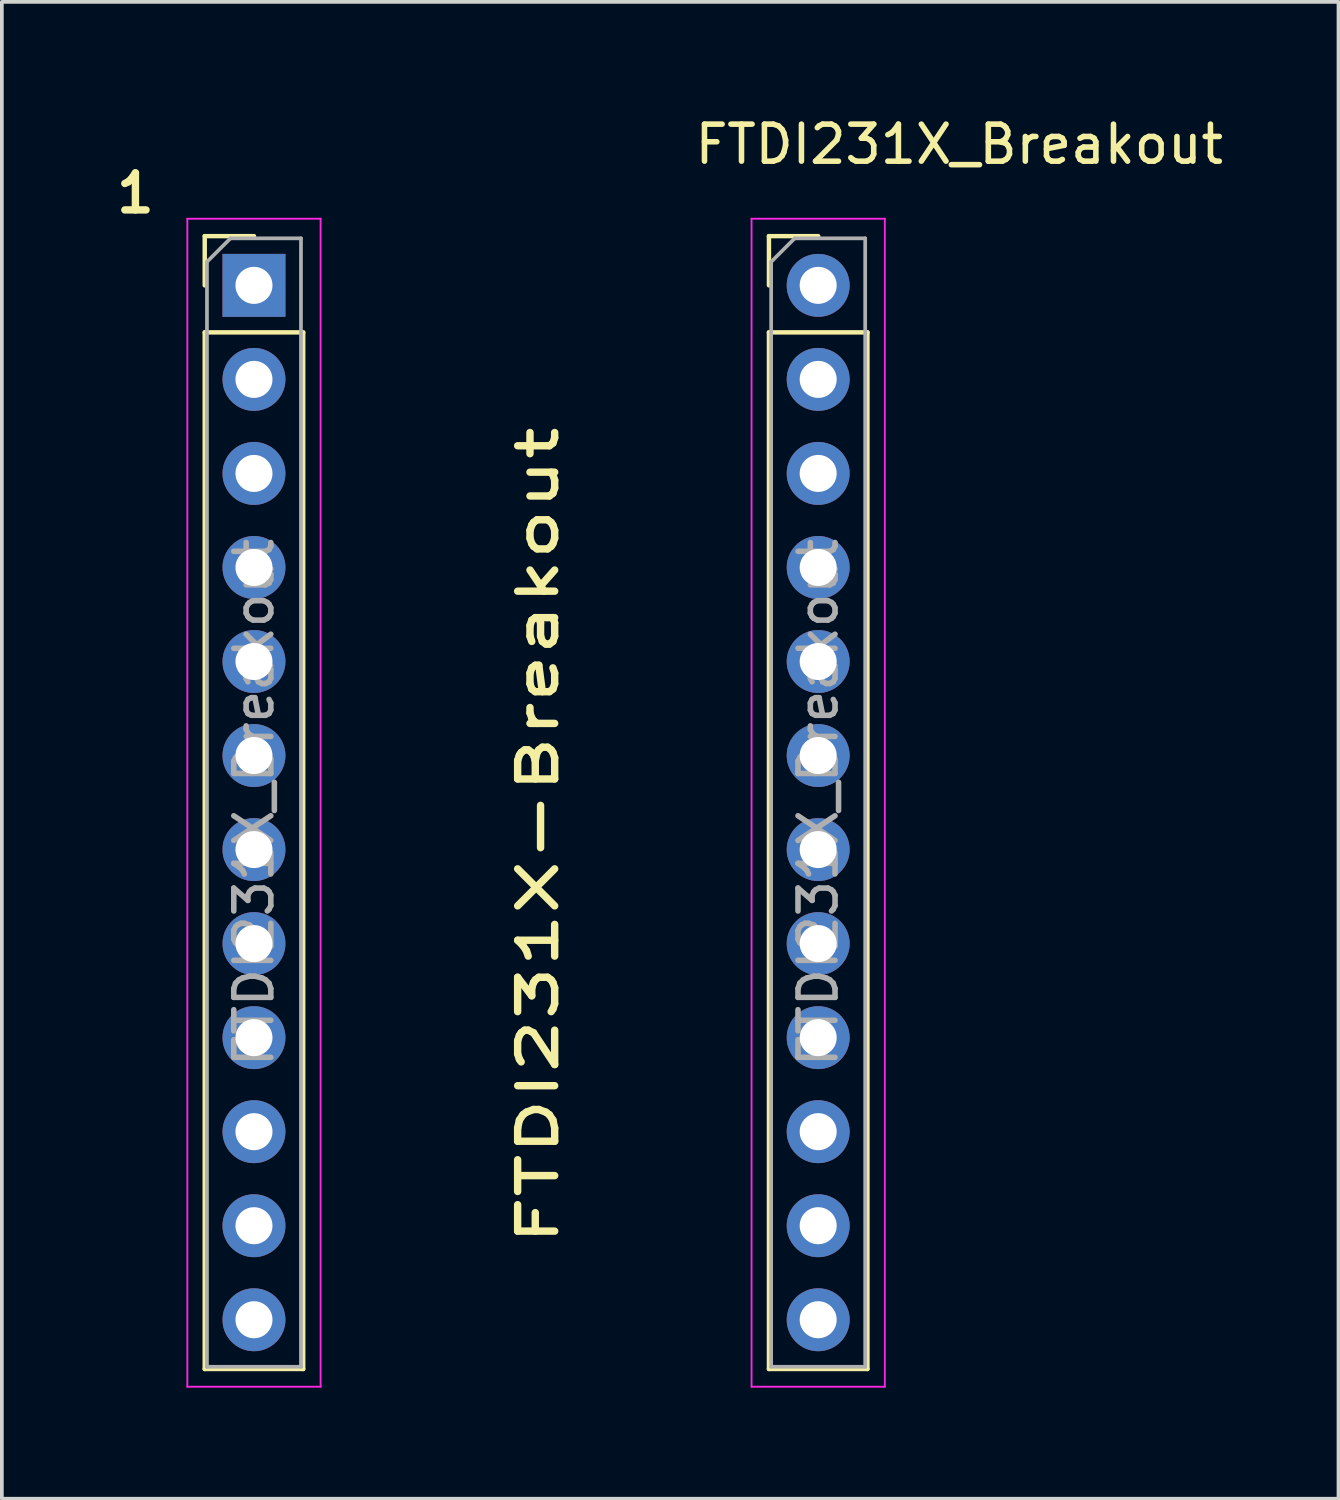
<source format=kicad_pcb>
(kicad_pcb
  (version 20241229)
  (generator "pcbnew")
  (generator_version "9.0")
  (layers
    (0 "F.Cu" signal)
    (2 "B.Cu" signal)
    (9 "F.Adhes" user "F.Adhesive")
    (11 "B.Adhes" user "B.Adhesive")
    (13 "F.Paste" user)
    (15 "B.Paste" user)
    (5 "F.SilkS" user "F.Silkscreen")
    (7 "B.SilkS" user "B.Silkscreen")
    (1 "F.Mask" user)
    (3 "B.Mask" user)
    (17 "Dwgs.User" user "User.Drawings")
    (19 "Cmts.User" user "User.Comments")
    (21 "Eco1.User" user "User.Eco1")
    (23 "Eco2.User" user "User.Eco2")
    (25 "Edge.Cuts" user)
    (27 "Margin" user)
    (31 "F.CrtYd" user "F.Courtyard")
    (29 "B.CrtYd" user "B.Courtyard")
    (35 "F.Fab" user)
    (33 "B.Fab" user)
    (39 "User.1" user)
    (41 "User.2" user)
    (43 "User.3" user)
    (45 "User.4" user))
  (footprint "FTDI231X_Breakout"
    (layer "F.Cu")
    (at 3.81 4.658)
    (property "Reference" "FTDI231X_Breakout" (at 19.05 -3.81 0) (layer "F.SilkS") (effects (font (size 1 1) (thickness 0.15))))
    (attr through_hole)
    (fp_line (start -1.33 -1.33) (end 0 -1.33) (stroke (width 0.12) (type solid)) (layer "F.SilkS"))
    (fp_line (start -1.33 0) (end -1.33 -1.33) (stroke (width 0.12) (type solid)) (layer "F.SilkS"))
    (fp_line (start -1.33 1.27) (end -1.33 29.27) (stroke (width 0.12) (type solid)) (layer "F.SilkS"))
    (fp_line (start -1.33 1.27) (end 1.33 1.27) (stroke (width 0.12) (type solid)) (layer "F.SilkS"))
    (fp_line (start -1.33 29.27) (end 1.33 29.27) (stroke (width 0.12) (type solid)) (layer "F.SilkS"))
    (fp_line (start 1.33 1.27) (end 1.33 29.27) (stroke (width 0.12) (type solid)) (layer "F.SilkS"))
    (fp_line (start 13.91 -1.33) (end 15.24 -1.33) (stroke (width 0.12) (type solid)) (layer "F.SilkS"))
    (fp_line (start 13.91 0) (end 13.91 -1.33) (stroke (width 0.12) (type solid)) (layer "F.SilkS"))
    (fp_line (start 13.91 1.27) (end 13.91 29.27) (stroke (width 0.12) (type solid)) (layer "F.SilkS"))
    (fp_line (start 13.91 1.27) (end 16.57 1.27) (stroke (width 0.12) (type solid)) (layer "F.SilkS"))
    (fp_line (start 13.91 29.27) (end 16.57 29.27) (stroke (width 0.12) (type solid)) (layer "F.SilkS"))
    (fp_line (start 16.57 1.27) (end 16.57 29.27) (stroke (width 0.12) (type solid)) (layer "F.SilkS"))
    (fp_line (start -1.8 -1.8) (end -1.8 29.75) (stroke (width 0.05) (type solid)) (layer "F.CrtYd"))
    (fp_line (start -1.8 29.75) (end 1.8 29.75) (stroke (width 0.05) (type solid)) (layer "F.CrtYd"))
    (fp_line (start 1.8 -1.8) (end -1.8 -1.8) (stroke (width 0.05) (type solid)) (layer "F.CrtYd"))
    (fp_line (start 1.8 29.75) (end 1.8 -1.8) (stroke (width 0.05) (type solid)) (layer "F.CrtYd"))
    (fp_line (start 13.44 -1.8) (end 13.44 29.75) (stroke (width 0.05) (type solid)) (layer "F.CrtYd"))
    (fp_line (start 13.44 29.75) (end 17.04 29.75) (stroke (width 0.05) (type solid)) (layer "F.CrtYd"))
    (fp_line (start 17.04 -1.8) (end 13.44 -1.8) (stroke (width 0.05) (type solid)) (layer "F.CrtYd"))
    (fp_line (start 17.04 29.75) (end 17.04 -1.8) (stroke (width 0.05) (type solid)) (layer "F.CrtYd"))
    (fp_line (start -1.27 -0.635) (end -0.635 -1.27) (stroke (width 0.1) (type solid)) (layer "F.Fab"))
    (fp_line (start -1.27 29.21) (end -1.27 -0.635) (stroke (width 0.1) (type solid)) (layer "F.Fab"))
    (fp_line (start -0.635 -1.27) (end 1.27 -1.27) (stroke (width 0.1) (type solid)) (layer "F.Fab"))
    (fp_line (start 1.27 -1.27) (end 1.27 29.21) (stroke (width 0.1) (type solid)) (layer "F.Fab"))
    (fp_line (start 1.27 29.21) (end -1.27 29.21) (stroke (width 0.1) (type solid)) (layer "F.Fab"))
    (fp_line (start 13.97 -0.635) (end 14.605 -1.27) (stroke (width 0.1) (type solid)) (layer "F.Fab"))
    (fp_line (start 13.97 29.21) (end 13.97 -0.635) (stroke (width 0.1) (type solid)) (layer "F.Fab"))
    (fp_line (start 14.605 -1.27) (end 16.51 -1.27) (stroke (width 0.1) (type solid)) (layer "F.Fab"))
    (fp_line (start 16.51 -1.27) (end 16.51 29.21) (stroke (width 0.1) (type solid)) (layer "F.Fab"))
    (fp_line (start 16.51 29.21) (end 13.97 29.21) (stroke (width 0.1) (type solid)) (layer "F.Fab"))
    (fp_text user "1" (at -3.81 -1.905 0) (unlocked yes) (layer "F.SilkS") (effects (font (size 1 1) (thickness 0.2) (bold yes)) (justify left bottom)))
    (fp_text user "FTDI231X-Breakout" (at 8.255 26.035 90) (unlocked yes) (layer "F.SilkS") (effects (font (size 1 1.5) (thickness 0.2) (bold yes)) (justify left bottom)))
    (fp_text user "${REFERENCE}" (at 15.24 13.97 90) (layer "F.Fab") (effects (font (size 1 1) (thickness 0.15))))
    (fp_text user "${REFERENCE}" (at 0 13.97 90) (layer "F.Fab") (effects (font (size 1 1) (thickness 0.15))))
    (pad "1" thru_hole rect (at 0 0) (size 1.7 1.7) (drill 1) (layers "*.Cu" "*.Mask"))
    (pad "2" thru_hole oval (at 0 2.54) (size 1.7 1.7) (drill 1) (layers "*.Cu" "*.Mask"))
    (pad "3" thru_hole oval (at 0 5.08) (size 1.7 1.7) (drill 1) (layers "*.Cu" "*.Mask"))
    (pad "4" thru_hole oval (at 0 7.62) (size 1.7 1.7) (drill 1) (layers "*.Cu" "*.Mask"))
    (pad "5" thru_hole oval (at 0 10.16) (size 1.7 1.7) (drill 1) (layers "*.Cu" "*.Mask"))
    (pad "6" thru_hole oval (at 0 12.7) (size 1.7 1.7) (drill 1) (layers "*.Cu" "*.Mask"))
    (pad "7" thru_hole oval (at 0 15.24) (size 1.7 1.7) (drill 1) (layers "*.Cu" "*.Mask"))
    (pad "8" thru_hole oval (at 0 17.78) (size 1.7 1.7) (drill 1) (layers "*.Cu" "*.Mask"))
    (pad "9" thru_hole oval (at 0 20.32) (size 1.7 1.7) (drill 1) (layers "*.Cu" "*.Mask"))
    (pad "10" thru_hole oval (at 0 22.86) (size 1.7 1.7) (drill 1) (layers "*.Cu" "*.Mask"))
    (pad "11" thru_hole oval (at 15.24 22.86) (size 1.7 1.7) (drill 1) (layers "*.Cu" "*.Mask"))
    (pad "12" thru_hole oval (at 15.24 20.32) (size 1.7 1.7) (drill 1) (layers "*.Cu" "*.Mask"))
    (pad "13" thru_hole oval (at 15.24 17.78) (size 1.7 1.7) (drill 1) (layers "*.Cu" "*.Mask"))
    (pad "14" thru_hole oval (at 15.24 15.24) (size 1.7 1.7) (drill 1) (layers "*.Cu" "*.Mask"))
    (pad "15" thru_hole oval (at 15.24 12.7) (size 1.7 1.7) (drill 1) (layers "*.Cu" "*.Mask"))
    (pad "16" thru_hole oval (at 15.24 10.16) (size 1.7 1.7) (drill 1) (layers "*.Cu" "*.Mask"))
    (pad "17" thru_hole oval (at 15.24 7.62) (size 1.7 1.7) (drill 1) (layers "*.Cu" "*.Mask"))
    (pad "18" thru_hole oval (at 15.24 5.08) (size 1.7 1.7) (drill 1) (layers "*.Cu" "*.Mask"))
    (pad "19" thru_hole oval (at 15.24 2.54) (size 1.7 1.7) (drill 1) (layers "*.Cu" "*.Mask"))
    (pad "20" thru_hole oval (at 15.24 0) (size 1.7 1.7) (drill 1) (layers "*.Cu" "*.Mask"))
    (pad "NC" thru_hole oval (at 0 25.4) (size 1.7 1.7) (drill 1) (layers "*.Cu" "*.Mask"))
    (pad "NC" thru_hole oval (at 0 27.94) (size 1.7 1.7) (drill 1) (layers "*.Cu" "*.Mask"))
    (pad "NC" thru_hole oval (at 15.24 25.4) (size 1.7 1.7) (drill 1) (layers "*.Cu" "*.Mask"))
    (pad "NC" thru_hole oval (at 15.24 27.94) (size 1.7 1.7) (drill 1) (layers "*.Cu" "*.Mask")))
  (gr_rect
    (start -3 -3)
    (end 33.104 37.433)
    (stroke (width 0.1) (type default))
    (fill no)
    (layer "Edge.Cuts")))
</source>
